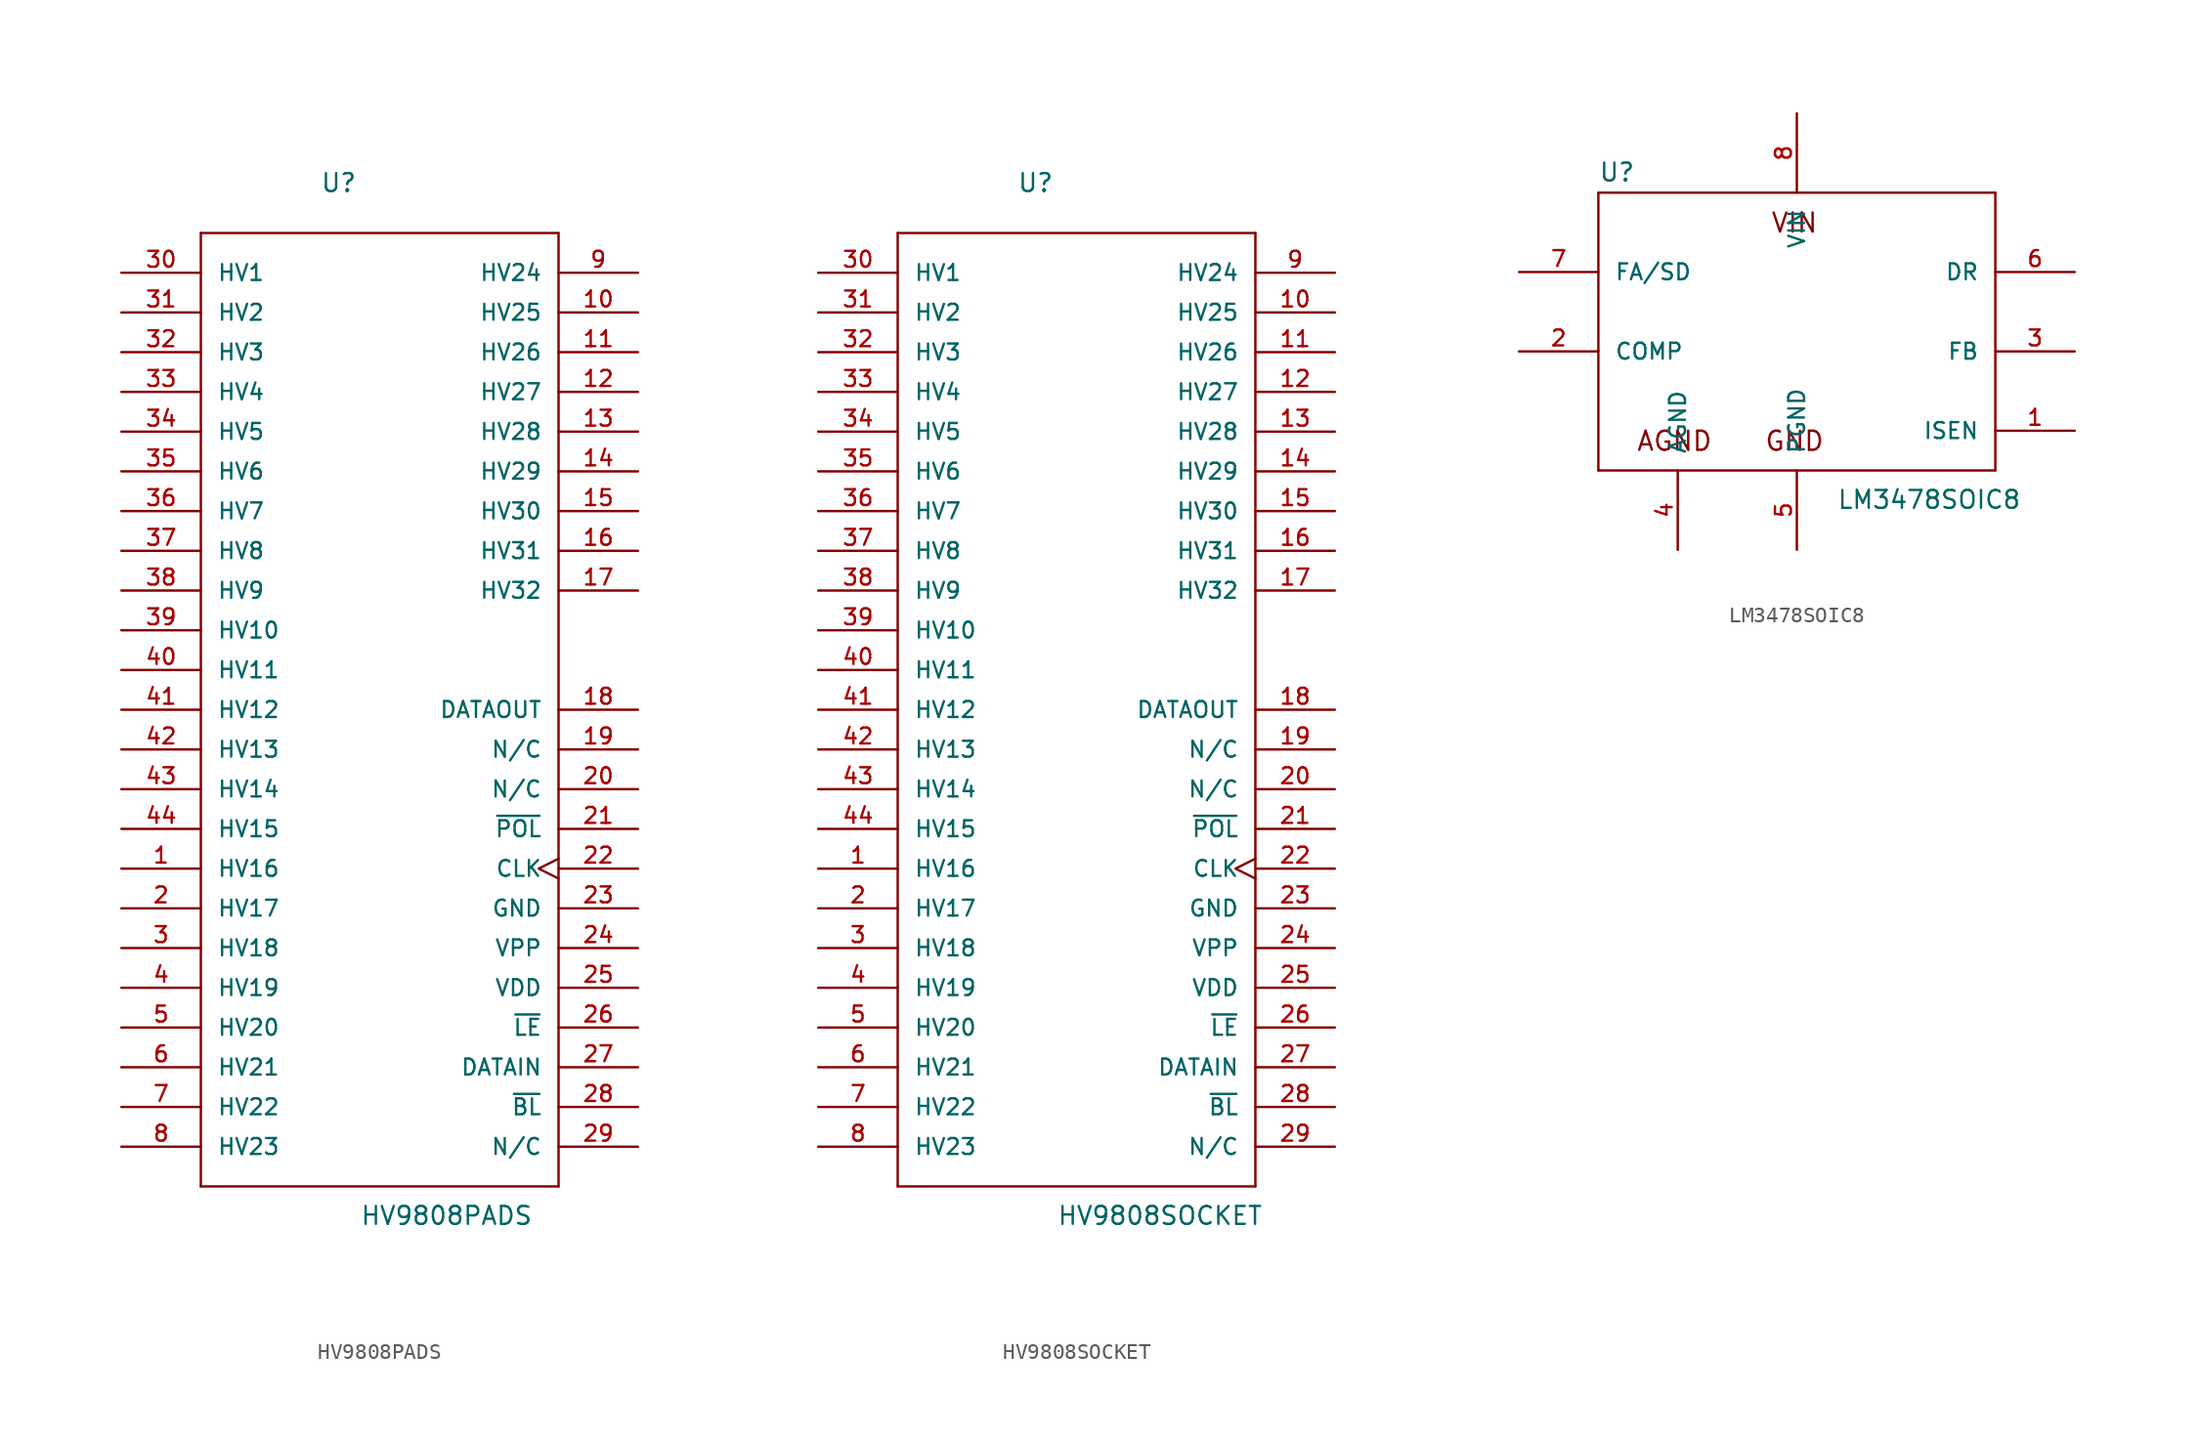
<source format=kicad_sym>
(kicad_symbol_lib
  (version 20211014)
  (generator kicad_symbol_editor)
  (symbol "HV9808PADS"
    (pin_names
      (offset 1.016))
    (property "Reference" "U"
      (at -5.08 33.02 0)
      (effects (font (size 1.143 1.143)) (justify left bottom)))
    (property "Value" "HV9808PADS"
      (at -2.54 -33.02 0)
      (effects (font (size 1.143 1.143)) (justify left bottom)))
    (property "ki_locked" ""
      (at 0 0 0)
      (effects (font (size 1.27 1.27))))
    (symbol "HV9808PADS_1_0"
      (polyline (pts (xy -12.7 -30.48) (xy 10.16 -30.48)) (stroke (width 0) (type default) (color 0 0 0 0)) (fill (type none)))
      (polyline (pts (xy -12.7 30.48) (xy -12.7 -30.48)) (stroke (width 0) (type default) (color 0 0 0 0)) (fill (type none)))
      (polyline (pts (xy 10.16 -30.48) (xy 10.16 30.48)) (stroke (width 0) (type default) (color 0 0 0 0)) (fill (type none)))
      (polyline (pts (xy 10.16 30.48) (xy -12.7 30.48)) (stroke (width 0) (type default) (color 0 0 0 0)) (fill (type none))))
    (symbol "HV9808PADS_1_1"
      (pin output line (at -17.78 -10.16 0) (length 5.08) (name "HV16" (effects (font (size 1.016 1.016)))) (number "1" (effects (font (size 1.016 1.016)))))
      (pin output line (at 15.24 25.4 180) (length 5.08) (name "HV25" (effects (font (size 1.016 1.016)))) (number "10" (effects (font (size 1.016 1.016)))))
      (pin output line (at 15.24 22.86 180) (length 5.08) (name "HV26" (effects (font (size 1.016 1.016)))) (number "11" (effects (font (size 1.016 1.016)))))
      (pin output line (at 15.24 20.32 180) (length 5.08) (name "HV27" (effects (font (size 1.016 1.016)))) (number "12" (effects (font (size 1.016 1.016)))))
      (pin output line (at 15.24 17.78 180) (length 5.08) (name "HV28" (effects (font (size 1.016 1.016)))) (number "13" (effects (font (size 1.016 1.016)))))
      (pin output line (at 15.24 15.24 180) (length 5.08) (name "HV29" (effects (font (size 1.016 1.016)))) (number "14" (effects (font (size 1.016 1.016)))))
      (pin output line (at 15.24 12.7 180) (length 5.08) (name "HV30" (effects (font (size 1.016 1.016)))) (number "15" (effects (font (size 1.016 1.016)))))
      (pin output line (at 15.24 10.16 180) (length 5.08) (name "HV31" (effects (font (size 1.016 1.016)))) (number "16" (effects (font (size 1.016 1.016)))))
      (pin output line (at 15.24 7.62 180) (length 5.08) (name "HV32" (effects (font (size 1.016 1.016)))) (number "17" (effects (font (size 1.016 1.016)))))
      (pin output line (at 15.24 0 180) (length 5.08) (name "DATAOUT" (effects (font (size 1.016 1.016)))) (number "18" (effects (font (size 1.016 1.016)))))
      (pin unspecified line (at 15.24 -2.54 180) (length 5.08) (name "N/C" (effects (font (size 1.016 1.016)))) (number "19" (effects (font (size 1.016 1.016)))))
      (pin output line (at -17.78 -12.7 0) (length 5.08) (name "HV17" (effects (font (size 1.016 1.016)))) (number "2" (effects (font (size 1.016 1.016)))))
      (pin unspecified line (at 15.24 -5.08 180) (length 5.08) (name "N/C" (effects (font (size 1.016 1.016)))) (number "20" (effects (font (size 1.016 1.016)))))
      (pin input line (at 15.24 -7.62 180) (length 5.08) (name "~{POL}" (effects (font (size 1.016 1.016)))) (number "21" (effects (font (size 1.016 1.016)))))
      (pin output clock (at 15.24 -10.16 180) (length 5.08) (name "CLK" (effects (font (size 1.016 1.016)))) (number "22" (effects (font (size 1.016 1.016)))))
      (pin power_in line (at 15.24 -12.7 180) (length 5.08) (name "GND" (effects (font (size 1.016 1.016)))) (number "23" (effects (font (size 1.016 1.016)))))
      (pin power_in line (at 15.24 -15.24 180) (length 5.08) (name "VPP" (effects (font (size 1.016 1.016)))) (number "24" (effects (font (size 1.016 1.016)))))
      (pin power_in line (at 15.24 -17.78 180) (length 5.08) (name "VDD" (effects (font (size 1.016 1.016)))) (number "25" (effects (font (size 1.016 1.016)))))
      (pin input line (at 15.24 -20.32 180) (length 5.08) (name "~{LE}" (effects (font (size 1.016 1.016)))) (number "26" (effects (font (size 1.016 1.016)))))
      (pin input line (at 15.24 -22.86 180) (length 5.08) (name "DATAIN" (effects (font (size 1.016 1.016)))) (number "27" (effects (font (size 1.016 1.016)))))
      (pin input line (at 15.24 -25.4 180) (length 5.08) (name "~{BL}" (effects (font (size 1.016 1.016)))) (number "28" (effects (font (size 1.016 1.016)))))
      (pin unspecified line (at 15.24 -27.94 180) (length 5.08) (name "N/C" (effects (font (size 1.016 1.016)))) (number "29" (effects (font (size 1.016 1.016)))))
      (pin output line (at -17.78 -15.24 0) (length 5.08) (name "HV18" (effects (font (size 1.016 1.016)))) (number "3" (effects (font (size 1.016 1.016)))))
      (pin output line (at -17.78 27.94 0) (length 5.08) (name "HV1" (effects (font (size 1.016 1.016)))) (number "30" (effects (font (size 1.016 1.016)))))
      (pin output line (at -17.78 25.4 0) (length 5.08) (name "HV2" (effects (font (size 1.016 1.016)))) (number "31" (effects (font (size 1.016 1.016)))))
      (pin output line (at -17.78 22.86 0) (length 5.08) (name "HV3" (effects (font (size 1.016 1.016)))) (number "32" (effects (font (size 1.016 1.016)))))
      (pin output line (at -17.78 20.32 0) (length 5.08) (name "HV4" (effects (font (size 1.016 1.016)))) (number "33" (effects (font (size 1.016 1.016)))))
      (pin output line (at -17.78 17.78 0) (length 5.08) (name "HV5" (effects (font (size 1.016 1.016)))) (number "34" (effects (font (size 1.016 1.016)))))
      (pin output line (at -17.78 15.24 0) (length 5.08) (name "HV6" (effects (font (size 1.016 1.016)))) (number "35" (effects (font (size 1.016 1.016)))))
      (pin output line (at -17.78 12.7 0) (length 5.08) (name "HV7" (effects (font (size 1.016 1.016)))) (number "36" (effects (font (size 1.016 1.016)))))
      (pin output line (at -17.78 10.16 0) (length 5.08) (name "HV8" (effects (font (size 1.016 1.016)))) (number "37" (effects (font (size 1.016 1.016)))))
      (pin output line (at -17.78 7.62 0) (length 5.08) (name "HV9" (effects (font (size 1.016 1.016)))) (number "38" (effects (font (size 1.016 1.016)))))
      (pin output line (at -17.78 5.08 0) (length 5.08) (name "HV10" (effects (font (size 1.016 1.016)))) (number "39" (effects (font (size 1.016 1.016)))))
      (pin output line (at -17.78 -17.78 0) (length 5.08) (name "HV19" (effects (font (size 1.016 1.016)))) (number "4" (effects (font (size 1.016 1.016)))))
      (pin output line (at -17.78 2.54 0) (length 5.08) (name "HV11" (effects (font (size 1.016 1.016)))) (number "40" (effects (font (size 1.016 1.016)))))
      (pin output line (at -17.78 0 0) (length 5.08) (name "HV12" (effects (font (size 1.016 1.016)))) (number "41" (effects (font (size 1.016 1.016)))))
      (pin output line (at -17.78 -2.54 0) (length 5.08) (name "HV13" (effects (font (size 1.016 1.016)))) (number "42" (effects (font (size 1.016 1.016)))))
      (pin output line (at -17.78 -5.08 0) (length 5.08) (name "HV14" (effects (font (size 1.016 1.016)))) (number "43" (effects (font (size 1.016 1.016)))))
      (pin output line (at -17.78 -7.62 0) (length 5.08) (name "HV15" (effects (font (size 1.016 1.016)))) (number "44" (effects (font (size 1.016 1.016)))))
      (pin output line (at -17.78 -20.32 0) (length 5.08) (name "HV20" (effects (font (size 1.016 1.016)))) (number "5" (effects (font (size 1.016 1.016)))))
      (pin output line (at -17.78 -22.86 0) (length 5.08) (name "HV21" (effects (font (size 1.016 1.016)))) (number "6" (effects (font (size 1.016 1.016)))))
      (pin output line (at -17.78 -25.4 0) (length 5.08) (name "HV22" (effects (font (size 1.016 1.016)))) (number "7" (effects (font (size 1.016 1.016)))))
      (pin output line (at -17.78 -27.94 0) (length 5.08) (name "HV23" (effects (font (size 1.016 1.016)))) (number "8" (effects (font (size 1.016 1.016)))))
      (pin output line (at 15.24 27.94 180) (length 5.08) (name "HV24" (effects (font (size 1.016 1.016)))) (number "9" (effects (font (size 1.016 1.016)))))))
  (symbol "HV9808SOCKET"
    (pin_names
      (offset 1.016))
    (property "Reference" "U"
      (at -5.08 33.02 0)
      (effects (font (size 1.143 1.143)) (justify left bottom)))
    (property "Value" "HV9808SOCKET"
      (at -2.54 -33.02 0)
      (effects (font (size 1.143 1.143)) (justify left bottom)))
    (property "ki_locked" ""
      (at 0 0 0)
      (effects (font (size 1.27 1.27))))
    (symbol "HV9808SOCKET_1_0"
      (polyline (pts (xy -12.7 -30.48) (xy 10.16 -30.48)) (stroke (width 0) (type default) (color 0 0 0 0)) (fill (type none)))
      (polyline (pts (xy -12.7 30.48) (xy -12.7 -30.48)) (stroke (width 0) (type default) (color 0 0 0 0)) (fill (type none)))
      (polyline (pts (xy 10.16 -30.48) (xy 10.16 30.48)) (stroke (width 0) (type default) (color 0 0 0 0)) (fill (type none)))
      (polyline (pts (xy 10.16 30.48) (xy -12.7 30.48)) (stroke (width 0) (type default) (color 0 0 0 0)) (fill (type none))))
    (symbol "HV9808SOCKET_1_1"
      (pin output line (at -17.78 -10.16 0) (length 5.08) (name "HV16" (effects (font (size 1.016 1.016)))) (number "1" (effects (font (size 1.016 1.016)))))
      (pin output line (at 15.24 25.4 180) (length 5.08) (name "HV25" (effects (font (size 1.016 1.016)))) (number "10" (effects (font (size 1.016 1.016)))))
      (pin output line (at 15.24 22.86 180) (length 5.08) (name "HV26" (effects (font (size 1.016 1.016)))) (number "11" (effects (font (size 1.016 1.016)))))
      (pin output line (at 15.24 20.32 180) (length 5.08) (name "HV27" (effects (font (size 1.016 1.016)))) (number "12" (effects (font (size 1.016 1.016)))))
      (pin output line (at 15.24 17.78 180) (length 5.08) (name "HV28" (effects (font (size 1.016 1.016)))) (number "13" (effects (font (size 1.016 1.016)))))
      (pin output line (at 15.24 15.24 180) (length 5.08) (name "HV29" (effects (font (size 1.016 1.016)))) (number "14" (effects (font (size 1.016 1.016)))))
      (pin output line (at 15.24 12.7 180) (length 5.08) (name "HV30" (effects (font (size 1.016 1.016)))) (number "15" (effects (font (size 1.016 1.016)))))
      (pin output line (at 15.24 10.16 180) (length 5.08) (name "HV31" (effects (font (size 1.016 1.016)))) (number "16" (effects (font (size 1.016 1.016)))))
      (pin output line (at 15.24 7.62 180) (length 5.08) (name "HV32" (effects (font (size 1.016 1.016)))) (number "17" (effects (font (size 1.016 1.016)))))
      (pin output line (at 15.24 0 180) (length 5.08) (name "DATAOUT" (effects (font (size 1.016 1.016)))) (number "18" (effects (font (size 1.016 1.016)))))
      (pin unspecified line (at 15.24 -2.54 180) (length 5.08) (name "N/C" (effects (font (size 1.016 1.016)))) (number "19" (effects (font (size 1.016 1.016)))))
      (pin output line (at -17.78 -12.7 0) (length 5.08) (name "HV17" (effects (font (size 1.016 1.016)))) (number "2" (effects (font (size 1.016 1.016)))))
      (pin unspecified line (at 15.24 -5.08 180) (length 5.08) (name "N/C" (effects (font (size 1.016 1.016)))) (number "20" (effects (font (size 1.016 1.016)))))
      (pin input line (at 15.24 -7.62 180) (length 5.08) (name "~{POL}" (effects (font (size 1.016 1.016)))) (number "21" (effects (font (size 1.016 1.016)))))
      (pin output clock (at 15.24 -10.16 180) (length 5.08) (name "CLK" (effects (font (size 1.016 1.016)))) (number "22" (effects (font (size 1.016 1.016)))))
      (pin power_in line (at 15.24 -12.7 180) (length 5.08) (name "GND" (effects (font (size 1.016 1.016)))) (number "23" (effects (font (size 1.016 1.016)))))
      (pin power_in line (at 15.24 -15.24 180) (length 5.08) (name "VPP" (effects (font (size 1.016 1.016)))) (number "24" (effects (font (size 1.016 1.016)))))
      (pin power_in line (at 15.24 -17.78 180) (length 5.08) (name "VDD" (effects (font (size 1.016 1.016)))) (number "25" (effects (font (size 1.016 1.016)))))
      (pin input line (at 15.24 -20.32 180) (length 5.08) (name "~{LE}" (effects (font (size 1.016 1.016)))) (number "26" (effects (font (size 1.016 1.016)))))
      (pin input line (at 15.24 -22.86 180) (length 5.08) (name "DATAIN" (effects (font (size 1.016 1.016)))) (number "27" (effects (font (size 1.016 1.016)))))
      (pin input line (at 15.24 -25.4 180) (length 5.08) (name "~{BL}" (effects (font (size 1.016 1.016)))) (number "28" (effects (font (size 1.016 1.016)))))
      (pin unspecified line (at 15.24 -27.94 180) (length 5.08) (name "N/C" (effects (font (size 1.016 1.016)))) (number "29" (effects (font (size 1.016 1.016)))))
      (pin output line (at -17.78 -15.24 0) (length 5.08) (name "HV18" (effects (font (size 1.016 1.016)))) (number "3" (effects (font (size 1.016 1.016)))))
      (pin output line (at -17.78 27.94 0) (length 5.08) (name "HV1" (effects (font (size 1.016 1.016)))) (number "30" (effects (font (size 1.016 1.016)))))
      (pin output line (at -17.78 25.4 0) (length 5.08) (name "HV2" (effects (font (size 1.016 1.016)))) (number "31" (effects (font (size 1.016 1.016)))))
      (pin output line (at -17.78 22.86 0) (length 5.08) (name "HV3" (effects (font (size 1.016 1.016)))) (number "32" (effects (font (size 1.016 1.016)))))
      (pin output line (at -17.78 20.32 0) (length 5.08) (name "HV4" (effects (font (size 1.016 1.016)))) (number "33" (effects (font (size 1.016 1.016)))))
      (pin output line (at -17.78 17.78 0) (length 5.08) (name "HV5" (effects (font (size 1.016 1.016)))) (number "34" (effects (font (size 1.016 1.016)))))
      (pin output line (at -17.78 15.24 0) (length 5.08) (name "HV6" (effects (font (size 1.016 1.016)))) (number "35" (effects (font (size 1.016 1.016)))))
      (pin output line (at -17.78 12.7 0) (length 5.08) (name "HV7" (effects (font (size 1.016 1.016)))) (number "36" (effects (font (size 1.016 1.016)))))
      (pin output line (at -17.78 10.16 0) (length 5.08) (name "HV8" (effects (font (size 1.016 1.016)))) (number "37" (effects (font (size 1.016 1.016)))))
      (pin output line (at -17.78 7.62 0) (length 5.08) (name "HV9" (effects (font (size 1.016 1.016)))) (number "38" (effects (font (size 1.016 1.016)))))
      (pin output line (at -17.78 5.08 0) (length 5.08) (name "HV10" (effects (font (size 1.016 1.016)))) (number "39" (effects (font (size 1.016 1.016)))))
      (pin output line (at -17.78 -17.78 0) (length 5.08) (name "HV19" (effects (font (size 1.016 1.016)))) (number "4" (effects (font (size 1.016 1.016)))))
      (pin output line (at -17.78 2.54 0) (length 5.08) (name "HV11" (effects (font (size 1.016 1.016)))) (number "40" (effects (font (size 1.016 1.016)))))
      (pin output line (at -17.78 0 0) (length 5.08) (name "HV12" (effects (font (size 1.016 1.016)))) (number "41" (effects (font (size 1.016 1.016)))))
      (pin output line (at -17.78 -2.54 0) (length 5.08) (name "HV13" (effects (font (size 1.016 1.016)))) (number "42" (effects (font (size 1.016 1.016)))))
      (pin output line (at -17.78 -5.08 0) (length 5.08) (name "HV14" (effects (font (size 1.016 1.016)))) (number "43" (effects (font (size 1.016 1.016)))))
      (pin output line (at -17.78 -7.62 0) (length 5.08) (name "HV15" (effects (font (size 1.016 1.016)))) (number "44" (effects (font (size 1.016 1.016)))))
      (pin output line (at -17.78 -20.32 0) (length 5.08) (name "HV20" (effects (font (size 1.016 1.016)))) (number "5" (effects (font (size 1.016 1.016)))))
      (pin output line (at -17.78 -22.86 0) (length 5.08) (name "HV21" (effects (font (size 1.016 1.016)))) (number "6" (effects (font (size 1.016 1.016)))))
      (pin output line (at -17.78 -25.4 0) (length 5.08) (name "HV22" (effects (font (size 1.016 1.016)))) (number "7" (effects (font (size 1.016 1.016)))))
      (pin output line (at -17.78 -27.94 0) (length 5.08) (name "HV23" (effects (font (size 1.016 1.016)))) (number "8" (effects (font (size 1.016 1.016)))))
      (pin output line (at 15.24 27.94 180) (length 5.08) (name "HV24" (effects (font (size 1.016 1.016)))) (number "9" (effects (font (size 1.016 1.016)))))))
  (symbol "LM3478SOIC8"
    (pin_names
      (offset 1.016))
    (property "Reference" "U"
      (at -12.7 8.255 0)
      (effects (font (size 1.143 1.143)) (justify left bottom)))
    (property "Value" "LM3478SOIC8"
      (at 2.54 -12.7 0)
      (effects (font (size 1.143 1.143)) (justify left bottom)))
    (property "ki_locked" ""
      (at 0 0 0)
      (effects (font (size 1.27 1.27))))
    (symbol "LM3478SOIC8_1_0"
      (polyline (pts (xy -12.7 -10.16) (xy -12.7 7.62)) (stroke (width 0) (type default) (color 0 0 0 0)) (fill (type none)))
      (polyline (pts (xy -12.7 7.62) (xy 12.7 7.62)) (stroke (width 0) (type default) (color 0 0 0 0)) (fill (type none)))
      (polyline (pts (xy 12.7 -10.16) (xy -12.7 -10.16)) (stroke (width 0) (type default) (color 0 0 0 0)) (fill (type none)))
      (polyline (pts (xy 12.7 7.62) (xy 12.7 -10.16)) (stroke (width 0) (type default) (color 0 0 0 0)) (fill (type none)))
      (text "AGND" (at -7.823 -8.28 0) (effects (font (size 1.219 1.219))))
      (text "GND" (at -0.152 -8.28 0) (effects (font (size 1.219 1.219))))
      (text "VIN" (at -0.152 5.69 0) (effects (font (size 1.219 1.219)))))
    (symbol "LM3478SOIC8_1_1"
      (pin input line (at 17.78 -7.62 180) (length 5.08) (name "ISEN" (effects (font (size 1.016 1.016)))) (number "1" (effects (font (size 1.016 1.016)))))
      (pin input line (at -17.78 -2.54 0) (length 5.08) (name "COMP" (effects (font (size 1.016 1.016)))) (number "2" (effects (font (size 1.016 1.016)))))
      (pin input line (at 17.78 -2.54 180) (length 5.08) (name "FB" (effects (font (size 1.016 1.016)))) (number "3" (effects (font (size 1.016 1.016)))))
      (pin power_in line (at -7.62 -15.24 90) (length 5.08) (name "AGND" (effects (font (size 1.016 1.016)))) (number "4" (effects (font (size 1.016 1.016)))))
      (pin power_in line (at 0 -15.24 90) (length 5.08) (name "PGND" (effects (font (size 1.016 1.016)))) (number "5" (effects (font (size 1.016 1.016)))))
      (pin output line (at 17.78 2.54 180) (length 5.08) (name "DR" (effects (font (size 1.016 1.016)))) (number "6" (effects (font (size 1.016 1.016)))))
      (pin input line (at -17.78 2.54 0) (length 5.08) (name "FA/SD" (effects (font (size 1.016 1.016)))) (number "7" (effects (font (size 1.016 1.016)))))
      (pin power_in line (at 0 12.7 270) (length 5.08) (name "VIN" (effects (font (size 1.016 1.016)))) (number "8" (effects (font (size 1.016 1.016))))))))
</source>
